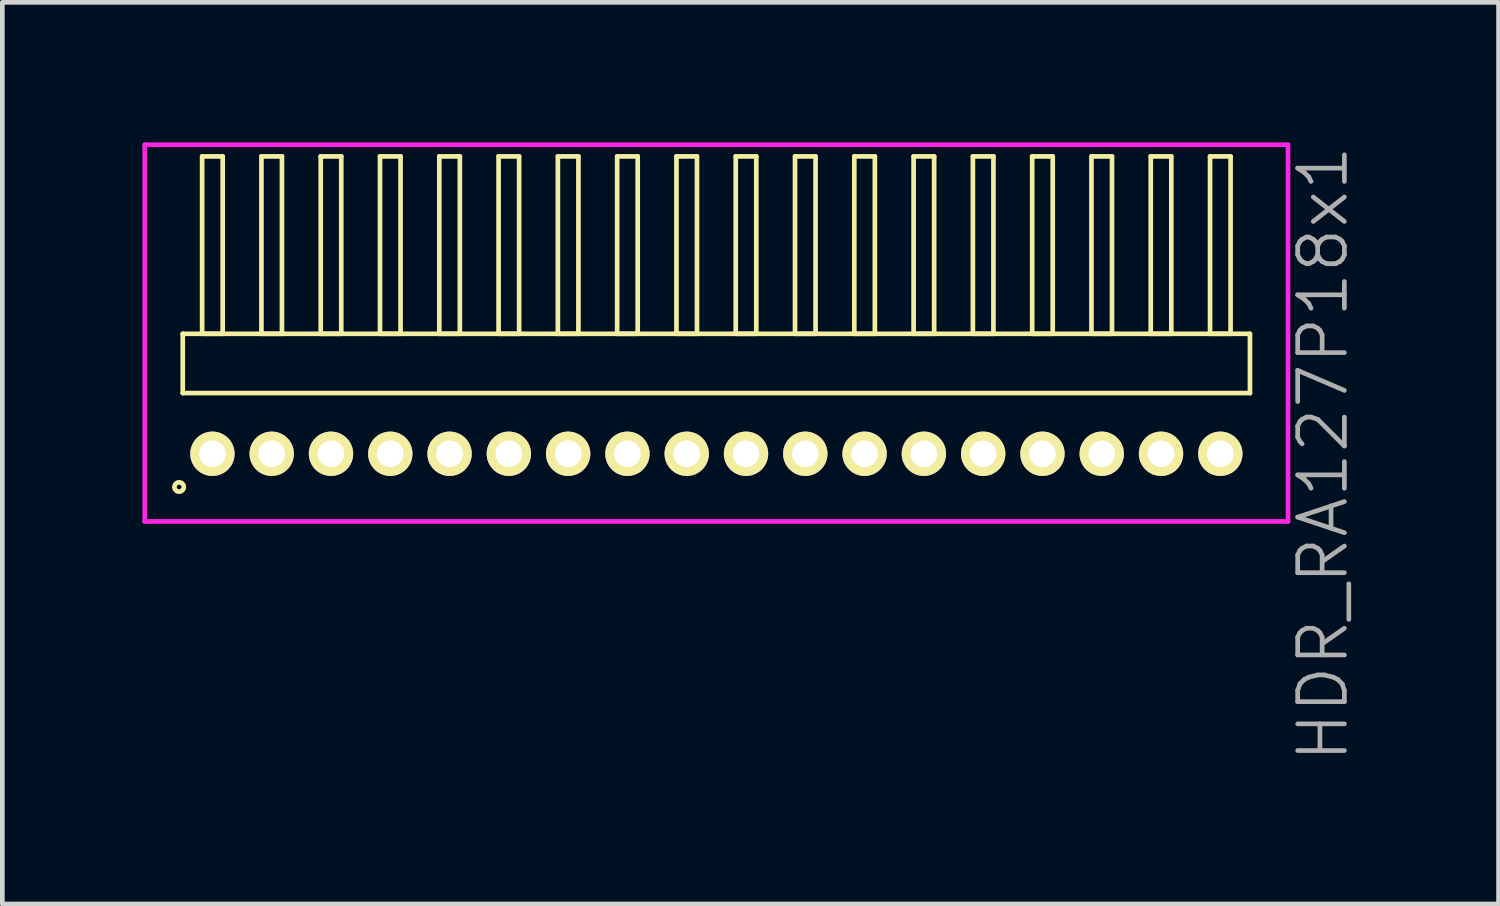
<source format=kicad_pcb>
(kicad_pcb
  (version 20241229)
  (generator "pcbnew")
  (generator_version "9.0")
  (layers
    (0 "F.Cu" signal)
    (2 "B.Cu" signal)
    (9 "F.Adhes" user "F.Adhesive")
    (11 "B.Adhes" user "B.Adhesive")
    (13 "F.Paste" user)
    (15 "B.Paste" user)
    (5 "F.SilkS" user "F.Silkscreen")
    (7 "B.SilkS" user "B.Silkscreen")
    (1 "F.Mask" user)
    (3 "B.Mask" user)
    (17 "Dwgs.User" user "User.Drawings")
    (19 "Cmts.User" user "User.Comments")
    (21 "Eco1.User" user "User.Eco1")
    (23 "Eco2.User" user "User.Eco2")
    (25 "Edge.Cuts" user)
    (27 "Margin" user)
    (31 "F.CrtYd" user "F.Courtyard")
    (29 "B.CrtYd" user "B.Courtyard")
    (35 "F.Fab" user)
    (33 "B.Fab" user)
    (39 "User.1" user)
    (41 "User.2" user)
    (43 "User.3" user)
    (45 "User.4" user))
  (footprint "HDR_RA127P18x1"
    (layer "F.Cu")
    (at 12.295 6.67)
    (property "Reference" "HDR_RA127P18x1" (at 12.995 0 90) (layer "F.Fab") (effects (font (size 1 1) (thickness 0.1))))
    (attr through_hole)
    (fp_line (start -11.43 -2.57) (end -11.43 -1.3) (stroke (width 0.1) (type solid)) (layer "F.SilkS"))
    (fp_line (start -11.43 -1.3) (end 11.43 -1.3) (stroke (width 0.1) (type solid)) (layer "F.SilkS"))
    (fp_line (start -11.015 -6.37) (end -11.015 -2.57) (stroke (width 0.1) (type solid)) (layer "F.SilkS"))
    (fp_line (start -11.015 -2.57) (end -10.575 -2.57) (stroke (width 0.1) (type solid)) (layer "F.SilkS"))
    (fp_line (start -10.575 -6.37) (end -11.015 -6.37) (stroke (width 0.1) (type solid)) (layer "F.SilkS"))
    (fp_line (start -10.575 -2.57) (end -10.575 -6.37) (stroke (width 0.1) (type solid)) (layer "F.SilkS"))
    (fp_line (start -9.745 -6.37) (end -9.745 -2.57) (stroke (width 0.1) (type solid)) (layer "F.SilkS"))
    (fp_line (start -9.745 -2.57) (end -9.305 -2.57) (stroke (width 0.1) (type solid)) (layer "F.SilkS"))
    (fp_line (start -9.305 -6.37) (end -9.745 -6.37) (stroke (width 0.1) (type solid)) (layer "F.SilkS"))
    (fp_line (start -9.305 -2.57) (end -9.305 -6.37) (stroke (width 0.1) (type solid)) (layer "F.SilkS"))
    (fp_line (start -8.475 -6.37) (end -8.475 -2.57) (stroke (width 0.1) (type solid)) (layer "F.SilkS"))
    (fp_line (start -8.475 -2.57) (end -8.035 -2.57) (stroke (width 0.1) (type solid)) (layer "F.SilkS"))
    (fp_line (start -8.035 -6.37) (end -8.475 -6.37) (stroke (width 0.1) (type solid)) (layer "F.SilkS"))
    (fp_line (start -8.035 -2.57) (end -8.035 -6.37) (stroke (width 0.1) (type solid)) (layer "F.SilkS"))
    (fp_line (start -7.205 -6.37) (end -7.205 -2.57) (stroke (width 0.1) (type solid)) (layer "F.SilkS"))
    (fp_line (start -7.205 -2.57) (end -6.765 -2.57) (stroke (width 0.1) (type solid)) (layer "F.SilkS"))
    (fp_line (start -6.765 -6.37) (end -7.205 -6.37) (stroke (width 0.1) (type solid)) (layer "F.SilkS"))
    (fp_line (start -6.765 -2.57) (end -6.765 -6.37) (stroke (width 0.1) (type solid)) (layer "F.SilkS"))
    (fp_line (start -5.935 -6.37) (end -5.935 -2.57) (stroke (width 0.1) (type solid)) (layer "F.SilkS"))
    (fp_line (start -5.935 -2.57) (end -5.495 -2.57) (stroke (width 0.1) (type solid)) (layer "F.SilkS"))
    (fp_line (start -5.495 -6.37) (end -5.935 -6.37) (stroke (width 0.1) (type solid)) (layer "F.SilkS"))
    (fp_line (start -5.495 -2.57) (end -5.495 -6.37) (stroke (width 0.1) (type solid)) (layer "F.SilkS"))
    (fp_line (start -4.665 -6.37) (end -4.665 -2.57) (stroke (width 0.1) (type solid)) (layer "F.SilkS"))
    (fp_line (start -4.665 -2.57) (end -4.225 -2.57) (stroke (width 0.1) (type solid)) (layer "F.SilkS"))
    (fp_line (start -4.225 -6.37) (end -4.665 -6.37) (stroke (width 0.1) (type solid)) (layer "F.SilkS"))
    (fp_line (start -4.225 -2.57) (end -4.225 -6.37) (stroke (width 0.1) (type solid)) (layer "F.SilkS"))
    (fp_line (start -3.395 -6.37) (end -3.395 -2.57) (stroke (width 0.1) (type solid)) (layer "F.SilkS"))
    (fp_line (start -3.395 -2.57) (end -2.955 -2.57) (stroke (width 0.1) (type solid)) (layer "F.SilkS"))
    (fp_line (start -2.955 -6.37) (end -3.395 -6.37) (stroke (width 0.1) (type solid)) (layer "F.SilkS"))
    (fp_line (start -2.955 -2.57) (end -2.955 -6.37) (stroke (width 0.1) (type solid)) (layer "F.SilkS"))
    (fp_line (start -2.125 -6.37) (end -2.125 -2.57) (stroke (width 0.1) (type solid)) (layer "F.SilkS"))
    (fp_line (start -2.125 -2.57) (end -1.685 -2.57) (stroke (width 0.1) (type solid)) (layer "F.SilkS"))
    (fp_line (start -1.685 -6.37) (end -2.125 -6.37) (stroke (width 0.1) (type solid)) (layer "F.SilkS"))
    (fp_line (start -1.685 -2.57) (end -1.685 -6.37) (stroke (width 0.1) (type solid)) (layer "F.SilkS"))
    (fp_line (start -0.855 -6.37) (end -0.855 -2.57) (stroke (width 0.1) (type solid)) (layer "F.SilkS"))
    (fp_line (start -0.855 -2.57) (end -0.415 -2.57) (stroke (width 0.1) (type solid)) (layer "F.SilkS"))
    (fp_line (start -0.415 -6.37) (end -0.855 -6.37) (stroke (width 0.1) (type solid)) (layer "F.SilkS"))
    (fp_line (start -0.415 -2.57) (end -0.415 -6.37) (stroke (width 0.1) (type solid)) (layer "F.SilkS"))
    (fp_line (start 0.415 -6.37) (end 0.415 -2.57) (stroke (width 0.1) (type solid)) (layer "F.SilkS"))
    (fp_line (start 0.415 -2.57) (end 0.855 -2.57) (stroke (width 0.1) (type solid)) (layer "F.SilkS"))
    (fp_line (start 0.855 -6.37) (end 0.415 -6.37) (stroke (width 0.1) (type solid)) (layer "F.SilkS"))
    (fp_line (start 0.855 -2.57) (end 0.855 -6.37) (stroke (width 0.1) (type solid)) (layer "F.SilkS"))
    (fp_line (start 1.685 -6.37) (end 1.685 -2.57) (stroke (width 0.1) (type solid)) (layer "F.SilkS"))
    (fp_line (start 1.685 -2.57) (end 2.125 -2.57) (stroke (width 0.1) (type solid)) (layer "F.SilkS"))
    (fp_line (start 2.125 -6.37) (end 1.685 -6.37) (stroke (width 0.1) (type solid)) (layer "F.SilkS"))
    (fp_line (start 2.125 -2.57) (end 2.125 -6.37) (stroke (width 0.1) (type solid)) (layer "F.SilkS"))
    (fp_line (start 2.955 -6.37) (end 2.955 -2.57) (stroke (width 0.1) (type solid)) (layer "F.SilkS"))
    (fp_line (start 2.955 -2.57) (end 3.395 -2.57) (stroke (width 0.1) (type solid)) (layer "F.SilkS"))
    (fp_line (start 3.395 -6.37) (end 2.955 -6.37) (stroke (width 0.1) (type solid)) (layer "F.SilkS"))
    (fp_line (start 3.395 -2.57) (end 3.395 -6.37) (stroke (width 0.1) (type solid)) (layer "F.SilkS"))
    (fp_line (start 4.225 -6.37) (end 4.225 -2.57) (stroke (width 0.1) (type solid)) (layer "F.SilkS"))
    (fp_line (start 4.225 -2.57) (end 4.665 -2.57) (stroke (width 0.1) (type solid)) (layer "F.SilkS"))
    (fp_line (start 4.665 -6.37) (end 4.225 -6.37) (stroke (width 0.1) (type solid)) (layer "F.SilkS"))
    (fp_line (start 4.665 -2.57) (end 4.665 -6.37) (stroke (width 0.1) (type solid)) (layer "F.SilkS"))
    (fp_line (start 5.495 -6.37) (end 5.495 -2.57) (stroke (width 0.1) (type solid)) (layer "F.SilkS"))
    (fp_line (start 5.495 -2.57) (end 5.935 -2.57) (stroke (width 0.1) (type solid)) (layer "F.SilkS"))
    (fp_line (start 5.935 -6.37) (end 5.495 -6.37) (stroke (width 0.1) (type solid)) (layer "F.SilkS"))
    (fp_line (start 5.935 -2.57) (end 5.935 -6.37) (stroke (width 0.1) (type solid)) (layer "F.SilkS"))
    (fp_line (start 6.765 -6.37) (end 6.765 -2.57) (stroke (width 0.1) (type solid)) (layer "F.SilkS"))
    (fp_line (start 6.765 -2.57) (end 7.205 -2.57) (stroke (width 0.1) (type solid)) (layer "F.SilkS"))
    (fp_line (start 7.205 -6.37) (end 6.765 -6.37) (stroke (width 0.1) (type solid)) (layer "F.SilkS"))
    (fp_line (start 7.205 -2.57) (end 7.205 -6.37) (stroke (width 0.1) (type solid)) (layer "F.SilkS"))
    (fp_line (start 8.035 -6.37) (end 8.035 -2.57) (stroke (width 0.1) (type solid)) (layer "F.SilkS"))
    (fp_line (start 8.035 -2.57) (end 8.475 -2.57) (stroke (width 0.1) (type solid)) (layer "F.SilkS"))
    (fp_line (start 8.475 -6.37) (end 8.035 -6.37) (stroke (width 0.1) (type solid)) (layer "F.SilkS"))
    (fp_line (start 8.475 -2.57) (end 8.475 -6.37) (stroke (width 0.1) (type solid)) (layer "F.SilkS"))
    (fp_line (start 9.305 -6.37) (end 9.305 -2.57) (stroke (width 0.1) (type solid)) (layer "F.SilkS"))
    (fp_line (start 9.305 -2.57) (end 9.745 -2.57) (stroke (width 0.1) (type solid)) (layer "F.SilkS"))
    (fp_line (start 9.745 -6.37) (end 9.305 -6.37) (stroke (width 0.1) (type solid)) (layer "F.SilkS"))
    (fp_line (start 9.745 -2.57) (end 9.745 -6.37) (stroke (width 0.1) (type solid)) (layer "F.SilkS"))
    (fp_line (start 10.575 -6.37) (end 10.575 -2.57) (stroke (width 0.1) (type solid)) (layer "F.SilkS"))
    (fp_line (start 10.575 -2.57) (end 11.015 -2.57) (stroke (width 0.1) (type solid)) (layer "F.SilkS"))
    (fp_line (start 11.015 -6.37) (end 10.575 -6.37) (stroke (width 0.1) (type solid)) (layer "F.SilkS"))
    (fp_line (start 11.015 -2.57) (end 11.015 -6.37) (stroke (width 0.1) (type solid)) (layer "F.SilkS"))
    (fp_line (start 11.43 -2.57) (end -11.43 -2.57) (stroke (width 0.1) (type solid)) (layer "F.SilkS"))
    (fp_line (start 11.43 -1.3) (end 11.43 -2.57) (stroke (width 0.1) (type solid)) (layer "F.SilkS"))
    (fp_circle (center -11.508 0.712) (end -11.408 0.712) (stroke (width 0.1) (type solid)) (fill no) (layer "F.SilkS"))
    (fp_line (start -12.245 -6.62) (end -12.245 1.45) (stroke (width 0.1) (type solid)) (layer "F.CrtYd"))
    (fp_line (start -12.245 1.45) (end 12.245 1.45) (stroke (width 0.1) (type solid)) (layer "F.CrtYd"))
    (fp_line (start 12.245 -6.62) (end -12.245 -6.62) (stroke (width 0.1) (type solid)) (layer "F.CrtYd"))
    (fp_line (start 12.245 1.45) (end 12.245 -6.62) (stroke (width 0.1) (type solid)) (layer "F.CrtYd"))
    (pad "1" thru_hole oval (at -10.795 0) (size 0.95 0.95) (drill 0.57) (layers "*.Cu" "*.Mask" "F.SilkS"))
    (pad "2" thru_hole oval (at -9.525 0) (size 0.95 0.95) (drill 0.57) (layers "*.Cu" "*.Mask" "F.SilkS"))
    (pad "3" thru_hole oval (at -8.255 0) (size 0.95 0.95) (drill 0.57) (layers "*.Cu" "*.Mask" "F.SilkS"))
    (pad "4" thru_hole oval (at -6.985 0) (size 0.95 0.95) (drill 0.57) (layers "*.Cu" "*.Mask" "F.SilkS"))
    (pad "5" thru_hole oval (at -5.715 0) (size 0.95 0.95) (drill 0.57) (layers "*.Cu" "*.Mask" "F.SilkS"))
    (pad "6" thru_hole oval (at -4.445 0) (size 0.95 0.95) (drill 0.57) (layers "*.Cu" "*.Mask" "F.SilkS"))
    (pad "7" thru_hole oval (at -3.175 0) (size 0.95 0.95) (drill 0.57) (layers "*.Cu" "*.Mask" "F.SilkS"))
    (pad "8" thru_hole oval (at -1.905 0) (size 0.95 0.95) (drill 0.57) (layers "*.Cu" "*.Mask" "F.SilkS"))
    (pad "9" thru_hole oval (at -0.635 0) (size 0.95 0.95) (drill 0.57) (layers "*.Cu" "*.Mask" "F.SilkS"))
    (pad "10" thru_hole oval (at 0.635 0) (size 0.95 0.95) (drill 0.57) (layers "*.Cu" "*.Mask" "F.SilkS"))
    (pad "11" thru_hole oval (at 1.905 0) (size 0.95 0.95) (drill 0.57) (layers "*.Cu" "*.Mask" "F.SilkS"))
    (pad "12" thru_hole oval (at 3.175 0) (size 0.95 0.95) (drill 0.57) (layers "*.Cu" "*.Mask" "F.SilkS"))
    (pad "13" thru_hole oval (at 4.445 0) (size 0.95 0.95) (drill 0.57) (layers "*.Cu" "*.Mask" "F.SilkS"))
    (pad "14" thru_hole oval (at 5.715 0) (size 0.95 0.95) (drill 0.57) (layers "*.Cu" "*.Mask" "F.SilkS"))
    (pad "15" thru_hole oval (at 6.985 0) (size 0.95 0.95) (drill 0.57) (layers "*.Cu" "*.Mask" "F.SilkS"))
    (pad "16" thru_hole oval (at 8.255 0) (size 0.95 0.95) (drill 0.57) (layers "*.Cu" "*.Mask" "F.SilkS"))
    (pad "17" thru_hole oval (at 9.525 0) (size 0.95 0.95) (drill 0.57) (layers "*.Cu" "*.Mask" "F.SilkS"))
    (pad "18" thru_hole oval (at 10.795 0) (size 0.95 0.95) (drill 0.57) (layers "*.Cu" "*.Mask" "F.SilkS")))
  (gr_rect
    (start -3 -3)
    (end 29.05 16.315)
    (stroke (width 0.1) (type default))
    (fill no)
    (layer "Edge.Cuts")))
</source>
